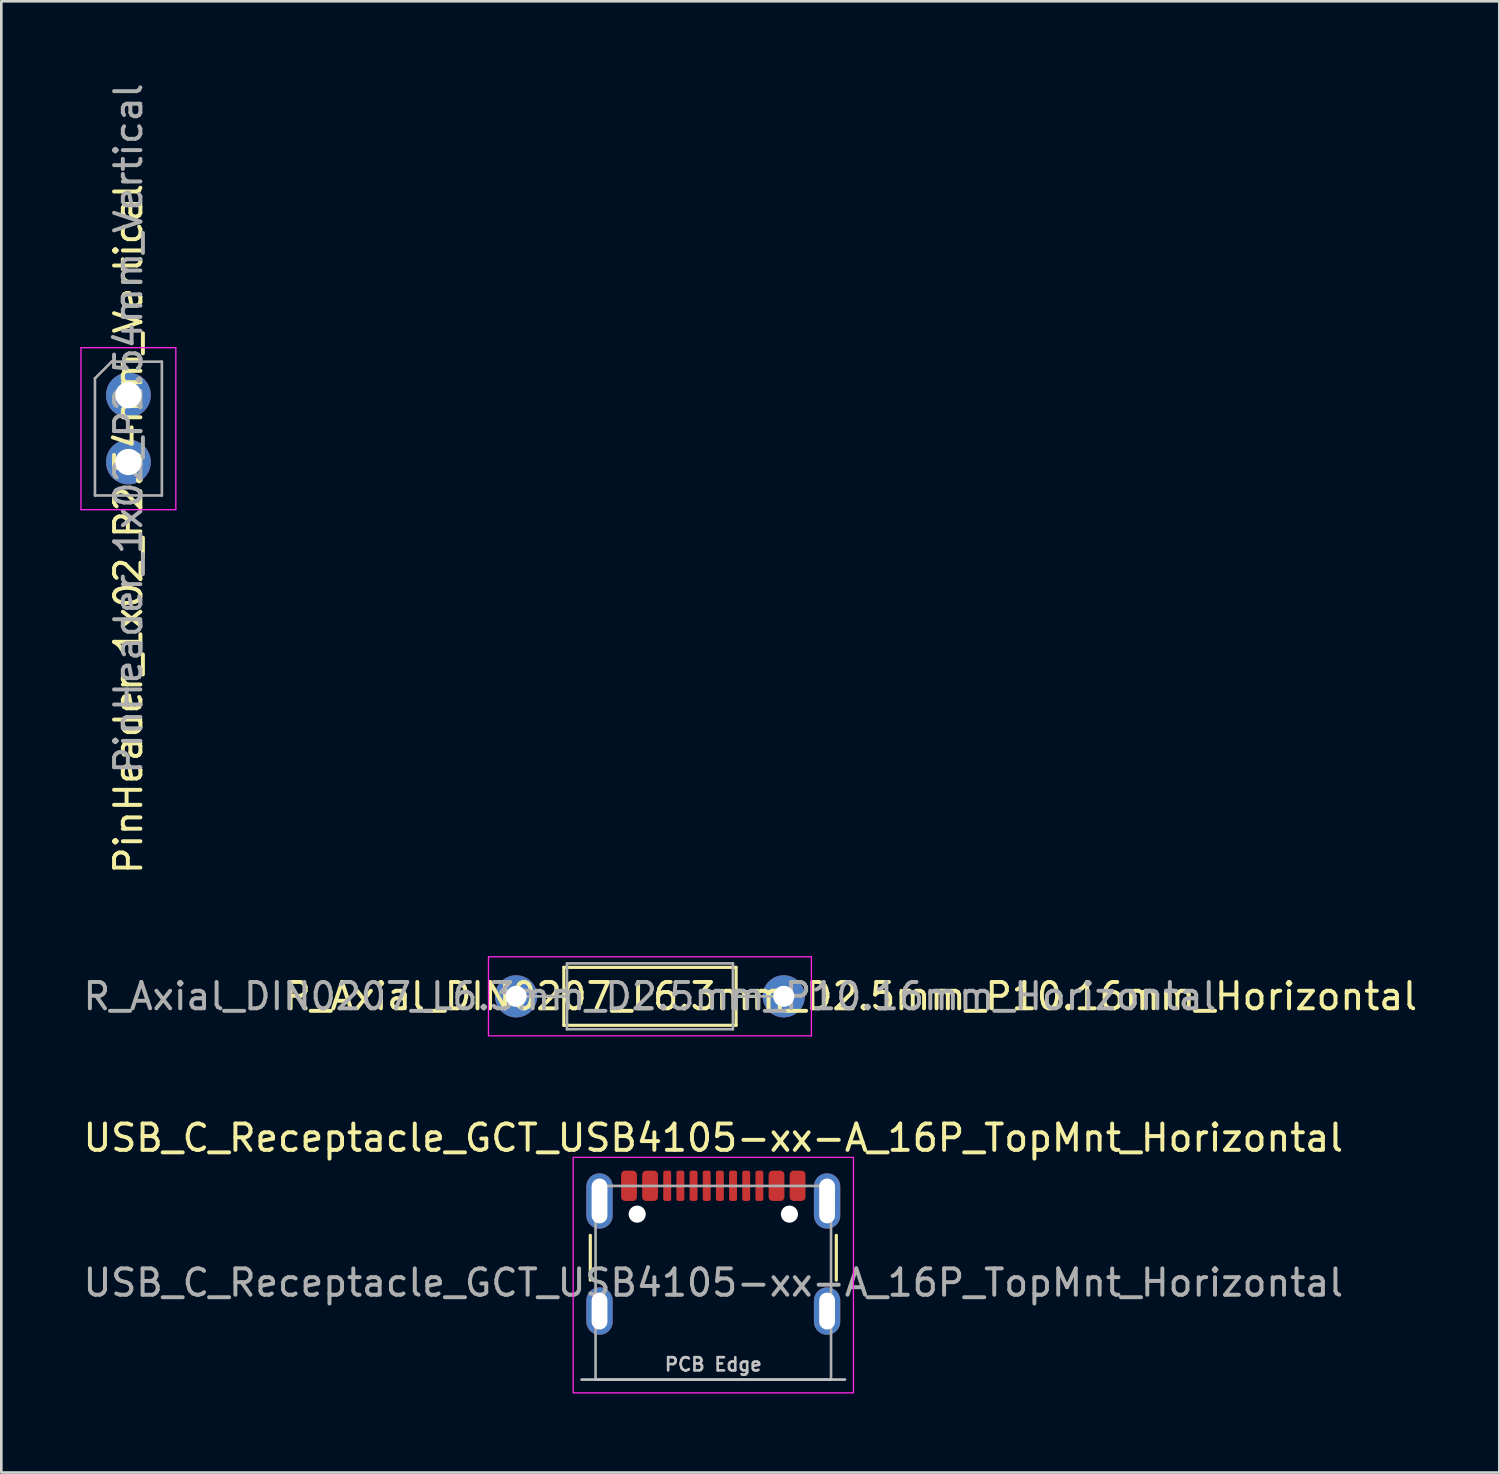
<source format=kicad_pcb>
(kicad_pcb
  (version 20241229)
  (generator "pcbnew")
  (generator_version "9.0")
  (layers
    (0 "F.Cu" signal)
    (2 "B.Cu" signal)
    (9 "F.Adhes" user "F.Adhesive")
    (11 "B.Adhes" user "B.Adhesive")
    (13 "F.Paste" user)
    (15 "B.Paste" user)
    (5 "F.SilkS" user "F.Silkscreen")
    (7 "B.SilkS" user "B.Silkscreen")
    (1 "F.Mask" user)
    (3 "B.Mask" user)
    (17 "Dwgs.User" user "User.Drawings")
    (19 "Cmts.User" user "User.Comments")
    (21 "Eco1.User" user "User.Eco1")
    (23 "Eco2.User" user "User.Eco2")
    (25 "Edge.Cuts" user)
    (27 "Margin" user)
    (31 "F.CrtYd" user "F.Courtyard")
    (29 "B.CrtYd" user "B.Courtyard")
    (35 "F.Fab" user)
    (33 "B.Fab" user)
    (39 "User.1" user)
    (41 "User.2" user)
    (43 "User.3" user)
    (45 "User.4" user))
  (footprint "R_Axial_DIN0207_L6.3mm_D2.5mm_P10.16mm_Horizontal"
    (layer "F.Cu")
    (at 16.545 34.775)
    (property "Reference" "R_Axial_DIN0207_L6.3mm_D2.5mm_P10.16mm_Horizontal" (at 12.7 0 180) (layer "F.SilkS") (effects (font (size 1 1) (thickness 0.15))))
    (attr through_hole)
    (fp_line (start 1.04 0) (end 1.81 0) (stroke (width 0.12) (type solid)) (layer "F.SilkS"))
    (fp_line (start 1.81 -1.1) (end 1.81 1.1) (stroke (width 0.12) (type solid)) (layer "F.SilkS"))
    (fp_line (start 1.81 1.1) (end 8.35 1.1) (stroke (width 0.12) (type solid)) (layer "F.SilkS"))
    (fp_line (start 8.35 -1.1) (end 1.81 -1.1) (stroke (width 0.12) (type solid)) (layer "F.SilkS"))
    (fp_line (start 8.35 1.1) (end 8.35 -1.1) (stroke (width 0.12) (type solid)) (layer "F.SilkS"))
    (fp_line (start 9.12 0) (end 8.35 0) (stroke (width 0.12) (type solid)) (layer "F.SilkS"))
    (fp_line (start -1.05 -1.5) (end -1.05 1.5) (stroke (width 0.05) (type solid)) (layer "F.CrtYd"))
    (fp_line (start -1.05 1.5) (end 11.21 1.5) (stroke (width 0.05) (type solid)) (layer "F.CrtYd"))
    (fp_line (start 11.21 -1.5) (end -1.05 -1.5) (stroke (width 0.05) (type solid)) (layer "F.CrtYd"))
    (fp_line (start 11.21 1.5) (end 11.21 -1.5) (stroke (width 0.05) (type solid)) (layer "F.CrtYd"))
    (fp_line (start 0 0) (end 1.93 0) (stroke (width 0.1) (type solid)) (layer "F.Fab"))
    (fp_line (start 1.93 -1.25) (end 1.93 1.25) (stroke (width 0.1) (type solid)) (layer "F.Fab"))
    (fp_line (start 1.93 1.25) (end 8.23 1.25) (stroke (width 0.1) (type solid)) (layer "F.Fab"))
    (fp_line (start 8.23 -1.25) (end 1.93 -1.25) (stroke (width 0.1) (type solid)) (layer "F.Fab"))
    (fp_line (start 8.23 1.25) (end 8.23 -1.25) (stroke (width 0.1) (type solid)) (layer "F.Fab"))
    (fp_line (start 10.16 0) (end 8.23 0) (stroke (width 0.1) (type solid)) (layer "F.Fab"))
    (fp_text user "${REFERENCE}" (at 5.08 0 180) (layer "F.Fab") (effects (font (size 1 1) (thickness 0.15))))
    (pad "1" thru_hole circle (at 0 0) (size 1.6 1.6) (drill 0.8) (layers "*.Cu" "*.Mask"))
    (pad "2" thru_hole oval (at 10.16 0) (size 1.6 1.6) (drill 0.8) (layers "*.Cu" "*.Mask")))
  (footprint "USB_C_Receptacle_GCT_USB4105-xx-A_16P_TopMnt_Horizontal"
    (layer "F.Cu")
    (at 24.03 45.649)
    (property "Reference" "USB_C_Receptacle_GCT_USB4105-xx-A_16P_TopMnt_Horizontal" (at 0 -5.5 0) (unlocked yes) (layer "F.SilkS") (effects (font (size 1 1) (thickness 0.15))))
    (attr smd)
    (fp_line (start -4.67 -0.1) (end -4.67 -1.8) (stroke (width 0.12) (type solid)) (layer "F.SilkS"))
    (fp_line (start 4.67 -0.1) (end 4.67 -1.8) (stroke (width 0.12) (type solid)) (layer "F.SilkS"))
    (fp_line (start 5 3.675) (end -5 3.675) (stroke (width 0.1) (type solid)) (layer "Dwgs.User"))
    (fp_rect (start -5.32 -4.76) (end 5.32 4.18) (stroke (width 0.05) (type solid)) (fill no) (layer "F.CrtYd"))
    (fp_rect (start -4.47 -3.675) (end 4.47 3.675) (stroke (width 0.1) (type solid)) (fill no) (layer "F.Fab"))
    (fp_text user "PCB Edge" (at 0 3.1 0) (unlocked yes) (layer "Dwgs.User") (effects (font (size 0.5 0.5) (thickness 0.1))))
    (fp_text user "${REFERENCE}" (at 0 0 0) (unlocked yes) (layer "F.Fab") (effects (font (size 1 1) (thickness 0.15))))
    (pad "" np_thru_hole circle (at -2.89 -2.605) (size 0.65 0.65) (drill 0.65) (layers "*.Cu" "*.Mask"))
    (pad "" np_thru_hole circle (at 2.89 -2.605) (size 0.65 0.65) (drill 0.65) (layers "*.Cu" "*.Mask"))
    (pad "A5" smd roundrect (at -1.25 -3.68) (size 0.3 1.15) (layers "F.Cu" "F.Mask" "F.Paste") (roundrect_rratio 0.25))
    (pad "A6" smd roundrect (at -0.25 -3.68) (size 0.3 1.15) (layers "F.Cu" "F.Mask" "F.Paste") (roundrect_rratio 0.25))
    (pad "A7" smd roundrect (at 0.25 -3.68) (size 0.3 1.15) (layers "F.Cu" "F.Mask" "F.Paste") (roundrect_rratio 0.25))
    (pad "A8" smd roundrect (at 1.25 -3.68) (size 0.3 1.15) (layers "F.Cu" "F.Mask" "F.Paste") (roundrect_rratio 0.25))
    (pad "A9" smd roundrect (at 2.4 -3.68) (size 0.6 1.15) (layers "F.Cu" "F.Mask" "F.Paste") (roundrect_rratio 0.25))
    (pad "A12" smd roundrect (at 3.2 -3.68) (size 0.6 1.15) (layers "F.Cu" "F.Mask" "F.Paste") (roundrect_rratio 0.25))
    (pad "B5" smd roundrect (at 1.75 -3.68) (size 0.3 1.15) (layers "F.Cu" "F.Mask" "F.Paste") (roundrect_rratio 0.25))
    (pad "B6" smd roundrect (at 0.75 -3.68) (size 0.3 1.15) (layers "F.Cu" "F.Mask" "F.Paste") (roundrect_rratio 0.25))
    (pad "B7" smd roundrect (at -0.75 -3.68) (size 0.3 1.15) (layers "F.Cu" "F.Mask" "F.Paste") (roundrect_rratio 0.25))
    (pad "B8" smd roundrect (at -1.75 -3.68) (size 0.3 1.15) (layers "F.Cu" "F.Mask" "F.Paste") (roundrect_rratio 0.25))
    (pad "B9" smd roundrect (at -2.4 -3.68) (size 0.6 1.15) (layers "F.Cu" "F.Mask" "F.Paste") (roundrect_rratio 0.25))
    (pad "B12" smd roundrect (at -3.2 -3.68) (size 0.6 1.15) (layers "F.Cu" "F.Mask" "F.Paste") (roundrect_rratio 0.25))
    (pad "S1" thru_hole oval (at -4.32 -3.105) (size 1 2.1) (drill oval 0.6 1.7) (layers "*.Cu" "*.Mask" "F.Paste"))
    (pad "S1" thru_hole oval (at -4.32 1.075) (size 1 1.8) (drill oval 0.6 1.4) (layers "*.Cu" "*.Mask" "F.Paste"))
    (pad "S1" thru_hole oval (at 4.32 -3.105) (size 1 2.1) (drill oval 0.6 1.7) (layers "*.Cu" "*.Mask" "F.Paste"))
    (pad "S1" thru_hole oval (at 4.32 1.075) (size 1 1.8) (drill oval 0.6 1.4) (layers "*.Cu" "*.Mask" "F.Paste")))
  (footprint "PinHeader_1x02_P2.54mm_Vertical"
    (layer "F.Cu")
    (at 1.825 11.95)
    (property "Reference" "PinHeader_1x02_P2.54mm_Vertical" (at 0 5.08 270) (layer "F.SilkS") (effects (font (size 1 1) (thickness 0.15))))
    (attr through_hole)
    (fp_line (start -1.8 -1.8) (end -1.8 4.35) (stroke (width 0.05) (type solid)) (layer "F.CrtYd"))
    (fp_line (start -1.8 4.35) (end 1.8 4.35) (stroke (width 0.05) (type solid)) (layer "F.CrtYd"))
    (fp_line (start 1.8 -1.8) (end -1.8 -1.8) (stroke (width 0.05) (type solid)) (layer "F.CrtYd"))
    (fp_line (start 1.8 4.35) (end 1.8 -1.8) (stroke (width 0.05) (type solid)) (layer "F.CrtYd"))
    (fp_line (start -1.27 -0.635) (end -0.635 -1.27) (stroke (width 0.1) (type solid)) (layer "F.Fab"))
    (fp_line (start -1.27 3.81) (end -1.27 -0.635) (stroke (width 0.1) (type solid)) (layer "F.Fab"))
    (fp_line (start -0.635 -1.27) (end 1.27 -1.27) (stroke (width 0.1) (type solid)) (layer "F.Fab"))
    (fp_line (start 1.27 -1.27) (end 1.27 3.81) (stroke (width 0.1) (type solid)) (layer "F.Fab"))
    (fp_line (start 1.27 3.81) (end -1.27 3.81) (stroke (width 0.1) (type solid)) (layer "F.Fab"))
    (fp_text user "${REFERENCE}" (at 0 1.27 270) (layer "F.Fab") (effects (font (size 1 1) (thickness 0.15))))
    (pad "1" thru_hole oval (at 0 0) (size 1.7 1.7) (drill 1) (layers "*.Cu" "*.Mask"))
    (pad "2" thru_hole oval (at 0 2.54) (size 1.7 1.7) (drill 1) (layers "*.Cu" "*.Mask")))
  (gr_rect
    (start -3 -3)
    (end 53.87 52.854)
    (stroke (width 0.1) (type default))
    (fill no)
    (layer "Edge.Cuts")))
</source>
